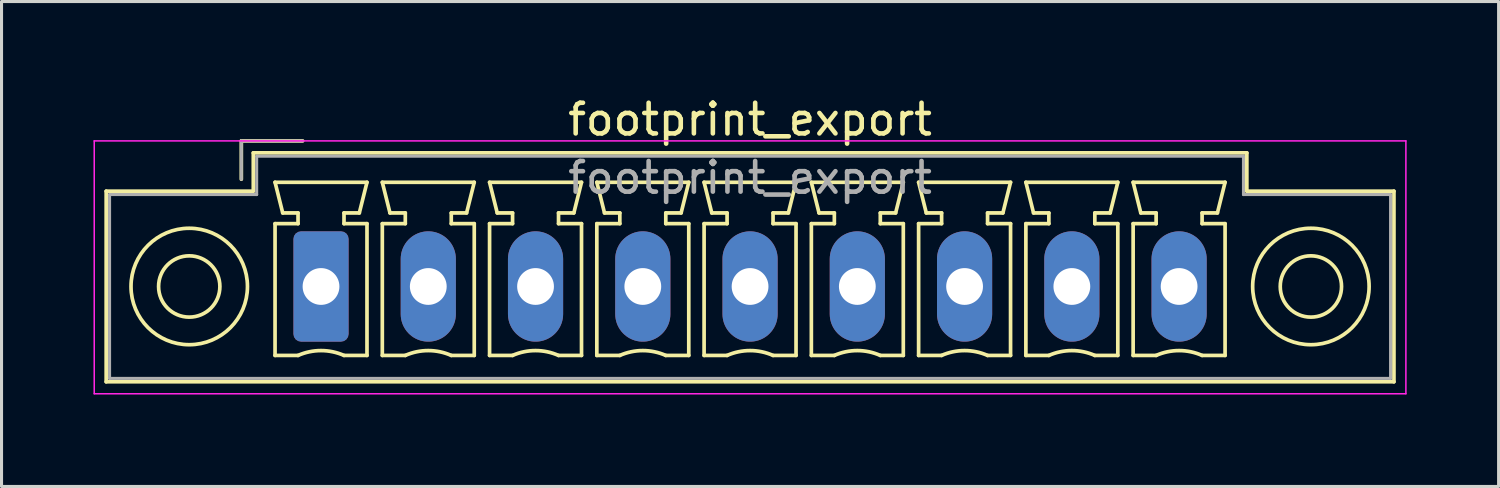
<source format=kicad_pcb>
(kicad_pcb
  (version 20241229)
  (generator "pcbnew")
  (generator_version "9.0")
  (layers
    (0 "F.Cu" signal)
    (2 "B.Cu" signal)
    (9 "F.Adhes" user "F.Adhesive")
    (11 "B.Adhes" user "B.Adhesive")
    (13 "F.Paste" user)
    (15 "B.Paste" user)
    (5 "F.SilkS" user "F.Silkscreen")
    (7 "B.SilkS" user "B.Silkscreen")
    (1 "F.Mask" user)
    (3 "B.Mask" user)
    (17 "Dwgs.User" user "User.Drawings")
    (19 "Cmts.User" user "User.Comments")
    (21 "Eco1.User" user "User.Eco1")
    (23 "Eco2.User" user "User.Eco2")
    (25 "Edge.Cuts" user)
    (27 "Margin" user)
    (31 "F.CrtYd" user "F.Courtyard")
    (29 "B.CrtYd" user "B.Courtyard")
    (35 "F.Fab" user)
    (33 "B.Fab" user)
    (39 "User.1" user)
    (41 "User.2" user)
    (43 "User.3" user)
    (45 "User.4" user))
  (footprint "footprint_export"
    (layer "F.Cu")
    (at 7.425 6.298)
    (property "Reference" "footprint_export" (at 14 -5.45 0) (layer "F.SilkS") (effects (font (size 1 1) (thickness 0.15))))
    (attr through_hole)
    (fp_line (start -7.01 -3.11) (end -7.01 3.11) (stroke (width 0.12) (type solid)) (layer "F.SilkS"))
    (fp_line (start -7.01 3.11) (end 35.01 3.11) (stroke (width 0.12) (type solid)) (layer "F.SilkS"))
    (fp_line (start -2.6 -4.75) (end -0.6 -4.75) (stroke (width 0.12) (type solid)) (layer "F.SilkS"))
    (fp_line (start -2.6 -3.5) (end -2.6 -4.75) (stroke (width 0.12) (type solid)) (layer "F.SilkS"))
    (fp_line (start -2.21 -4.36) (end -2.21 -3.11) (stroke (width 0.12) (type solid)) (layer "F.SilkS"))
    (fp_line (start -2.21 -3.11) (end -7.01 -3.11) (stroke (width 0.12) (type solid)) (layer "F.SilkS"))
    (fp_line (start -1.5 -3.4) (end 1.5 -3.4) (stroke (width 0.12) (type solid)) (layer "F.SilkS"))
    (fp_line (start -1.5 -2.05) (end -0.75 -2.05) (stroke (width 0.12) (type solid)) (layer "F.SilkS"))
    (fp_line (start -1.5 2.25) (end -1.5 -2.05) (stroke (width 0.12) (type solid)) (layer "F.SilkS"))
    (fp_line (start -1.25 -2.4) (end -1.5 -3.4) (stroke (width 0.12) (type solid)) (layer "F.SilkS"))
    (fp_line (start -0.75 -2.4) (end -1.25 -2.4) (stroke (width 0.12) (type solid)) (layer "F.SilkS"))
    (fp_line (start -0.75 -2.05) (end -0.75 -2.4) (stroke (width 0.12) (type solid)) (layer "F.SilkS"))
    (fp_line (start -0.75 2.25) (end -1.5 2.25) (stroke (width 0.12) (type solid)) (layer "F.SilkS"))
    (fp_line (start 0.75 -2.4) (end 0.75 -2.05) (stroke (width 0.12) (type solid)) (layer "F.SilkS"))
    (fp_line (start 0.75 -2.05) (end 1.5 -2.05) (stroke (width 0.12) (type solid)) (layer "F.SilkS"))
    (fp_line (start 1.25 -2.4) (end 0.75 -2.4) (stroke (width 0.12) (type solid)) (layer "F.SilkS"))
    (fp_line (start 1.5 -3.4) (end 1.25 -2.4) (stroke (width 0.12) (type solid)) (layer "F.SilkS"))
    (fp_line (start 1.5 -2.05) (end 1.5 2.25) (stroke (width 0.12) (type solid)) (layer "F.SilkS"))
    (fp_line (start 1.5 2.25) (end 0.75 2.25) (stroke (width 0.12) (type solid)) (layer "F.SilkS"))
    (fp_line (start 2 -3.4) (end 5 -3.4) (stroke (width 0.12) (type solid)) (layer "F.SilkS"))
    (fp_line (start 2 -2.05) (end 2.75 -2.05) (stroke (width 0.12) (type solid)) (layer "F.SilkS"))
    (fp_line (start 2 2.25) (end 2 -2.05) (stroke (width 0.12) (type solid)) (layer "F.SilkS"))
    (fp_line (start 2.25 -2.4) (end 2 -3.4) (stroke (width 0.12) (type solid)) (layer "F.SilkS"))
    (fp_line (start 2.75 -2.4) (end 2.25 -2.4) (stroke (width 0.12) (type solid)) (layer "F.SilkS"))
    (fp_line (start 2.75 -2.05) (end 2.75 -2.4) (stroke (width 0.12) (type solid)) (layer "F.SilkS"))
    (fp_line (start 2.75 2.25) (end 2 2.25) (stroke (width 0.12) (type solid)) (layer "F.SilkS"))
    (fp_line (start 4.25 -2.4) (end 4.25 -2.05) (stroke (width 0.12) (type solid)) (layer "F.SilkS"))
    (fp_line (start 4.25 -2.05) (end 5 -2.05) (stroke (width 0.12) (type solid)) (layer "F.SilkS"))
    (fp_line (start 4.75 -2.4) (end 4.25 -2.4) (stroke (width 0.12) (type solid)) (layer "F.SilkS"))
    (fp_line (start 5 -3.4) (end 4.75 -2.4) (stroke (width 0.12) (type solid)) (layer "F.SilkS"))
    (fp_line (start 5 -2.05) (end 5 2.25) (stroke (width 0.12) (type solid)) (layer "F.SilkS"))
    (fp_line (start 5 2.25) (end 4.25 2.25) (stroke (width 0.12) (type solid)) (layer "F.SilkS"))
    (fp_line (start 5.5 -3.4) (end 8.5 -3.4) (stroke (width 0.12) (type solid)) (layer "F.SilkS"))
    (fp_line (start 5.5 -2.05) (end 6.25 -2.05) (stroke (width 0.12) (type solid)) (layer "F.SilkS"))
    (fp_line (start 5.5 2.25) (end 5.5 -2.05) (stroke (width 0.12) (type solid)) (layer "F.SilkS"))
    (fp_line (start 5.75 -2.4) (end 5.5 -3.4) (stroke (width 0.12) (type solid)) (layer "F.SilkS"))
    (fp_line (start 6.25 -2.4) (end 5.75 -2.4) (stroke (width 0.12) (type solid)) (layer "F.SilkS"))
    (fp_line (start 6.25 -2.05) (end 6.25 -2.4) (stroke (width 0.12) (type solid)) (layer "F.SilkS"))
    (fp_line (start 6.25 2.25) (end 5.5 2.25) (stroke (width 0.12) (type solid)) (layer "F.SilkS"))
    (fp_line (start 7.75 -2.4) (end 7.75 -2.05) (stroke (width 0.12) (type solid)) (layer "F.SilkS"))
    (fp_line (start 7.75 -2.05) (end 8.5 -2.05) (stroke (width 0.12) (type solid)) (layer "F.SilkS"))
    (fp_line (start 8.25 -2.4) (end 7.75 -2.4) (stroke (width 0.12) (type solid)) (layer "F.SilkS"))
    (fp_line (start 8.5 -3.4) (end 8.25 -2.4) (stroke (width 0.12) (type solid)) (layer "F.SilkS"))
    (fp_line (start 8.5 -2.05) (end 8.5 2.25) (stroke (width 0.12) (type solid)) (layer "F.SilkS"))
    (fp_line (start 8.5 2.25) (end 7.75 2.25) (stroke (width 0.12) (type solid)) (layer "F.SilkS"))
    (fp_line (start 9 -3.4) (end 12 -3.4) (stroke (width 0.12) (type solid)) (layer "F.SilkS"))
    (fp_line (start 9 -2.05) (end 9.75 -2.05) (stroke (width 0.12) (type solid)) (layer "F.SilkS"))
    (fp_line (start 9 2.25) (end 9 -2.05) (stroke (width 0.12) (type solid)) (layer "F.SilkS"))
    (fp_line (start 9.25 -2.4) (end 9 -3.4) (stroke (width 0.12) (type solid)) (layer "F.SilkS"))
    (fp_line (start 9.75 -2.4) (end 9.25 -2.4) (stroke (width 0.12) (type solid)) (layer "F.SilkS"))
    (fp_line (start 9.75 -2.05) (end 9.75 -2.4) (stroke (width 0.12) (type solid)) (layer "F.SilkS"))
    (fp_line (start 9.75 2.25) (end 9 2.25) (stroke (width 0.12) (type solid)) (layer "F.SilkS"))
    (fp_line (start 11.25 -2.4) (end 11.25 -2.05) (stroke (width 0.12) (type solid)) (layer "F.SilkS"))
    (fp_line (start 11.25 -2.05) (end 12 -2.05) (stroke (width 0.12) (type solid)) (layer "F.SilkS"))
    (fp_line (start 11.75 -2.4) (end 11.25 -2.4) (stroke (width 0.12) (type solid)) (layer "F.SilkS"))
    (fp_line (start 12 -3.4) (end 11.75 -2.4) (stroke (width 0.12) (type solid)) (layer "F.SilkS"))
    (fp_line (start 12 -2.05) (end 12 2.25) (stroke (width 0.12) (type solid)) (layer "F.SilkS"))
    (fp_line (start 12 2.25) (end 11.25 2.25) (stroke (width 0.12) (type solid)) (layer "F.SilkS"))
    (fp_line (start 12.5 -3.4) (end 15.5 -3.4) (stroke (width 0.12) (type solid)) (layer "F.SilkS"))
    (fp_line (start 12.5 -2.05) (end 13.25 -2.05) (stroke (width 0.12) (type solid)) (layer "F.SilkS"))
    (fp_line (start 12.5 2.25) (end 12.5 -2.05) (stroke (width 0.12) (type solid)) (layer "F.SilkS"))
    (fp_line (start 12.75 -2.4) (end 12.5 -3.4) (stroke (width 0.12) (type solid)) (layer "F.SilkS"))
    (fp_line (start 13.25 -2.4) (end 12.75 -2.4) (stroke (width 0.12) (type solid)) (layer "F.SilkS"))
    (fp_line (start 13.25 -2.05) (end 13.25 -2.4) (stroke (width 0.12) (type solid)) (layer "F.SilkS"))
    (fp_line (start 13.25 2.25) (end 12.5 2.25) (stroke (width 0.12) (type solid)) (layer "F.SilkS"))
    (fp_line (start 14.75 -2.4) (end 14.75 -2.05) (stroke (width 0.12) (type solid)) (layer "F.SilkS"))
    (fp_line (start 14.75 -2.05) (end 15.5 -2.05) (stroke (width 0.12) (type solid)) (layer "F.SilkS"))
    (fp_line (start 15.25 -2.4) (end 14.75 -2.4) (stroke (width 0.12) (type solid)) (layer "F.SilkS"))
    (fp_line (start 15.5 -3.4) (end 15.25 -2.4) (stroke (width 0.12) (type solid)) (layer "F.SilkS"))
    (fp_line (start 15.5 -2.05) (end 15.5 2.25) (stroke (width 0.12) (type solid)) (layer "F.SilkS"))
    (fp_line (start 15.5 2.25) (end 14.75 2.25) (stroke (width 0.12) (type solid)) (layer "F.SilkS"))
    (fp_line (start 16 -3.4) (end 19 -3.4) (stroke (width 0.12) (type solid)) (layer "F.SilkS"))
    (fp_line (start 16 -2.05) (end 16.75 -2.05) (stroke (width 0.12) (type solid)) (layer "F.SilkS"))
    (fp_line (start 16 2.25) (end 16 -2.05) (stroke (width 0.12) (type solid)) (layer "F.SilkS"))
    (fp_line (start 16.25 -2.4) (end 16 -3.4) (stroke (width 0.12) (type solid)) (layer "F.SilkS"))
    (fp_line (start 16.75 -2.4) (end 16.25 -2.4) (stroke (width 0.12) (type solid)) (layer "F.SilkS"))
    (fp_line (start 16.75 -2.05) (end 16.75 -2.4) (stroke (width 0.12) (type solid)) (layer "F.SilkS"))
    (fp_line (start 16.75 2.25) (end 16 2.25) (stroke (width 0.12) (type solid)) (layer "F.SilkS"))
    (fp_line (start 18.25 -2.4) (end 18.25 -2.05) (stroke (width 0.12) (type solid)) (layer "F.SilkS"))
    (fp_line (start 18.25 -2.05) (end 19 -2.05) (stroke (width 0.12) (type solid)) (layer "F.SilkS"))
    (fp_line (start 18.75 -2.4) (end 18.25 -2.4) (stroke (width 0.12) (type solid)) (layer "F.SilkS"))
    (fp_line (start 19 -3.4) (end 18.75 -2.4) (stroke (width 0.12) (type solid)) (layer "F.SilkS"))
    (fp_line (start 19 -2.05) (end 19 2.25) (stroke (width 0.12) (type solid)) (layer "F.SilkS"))
    (fp_line (start 19 2.25) (end 18.25 2.25) (stroke (width 0.12) (type solid)) (layer "F.SilkS"))
    (fp_line (start 19.5 -3.4) (end 22.5 -3.4) (stroke (width 0.12) (type solid)) (layer "F.SilkS"))
    (fp_line (start 19.5 -2.05) (end 20.25 -2.05) (stroke (width 0.12) (type solid)) (layer "F.SilkS"))
    (fp_line (start 19.5 2.25) (end 19.5 -2.05) (stroke (width 0.12) (type solid)) (layer "F.SilkS"))
    (fp_line (start 19.75 -2.4) (end 19.5 -3.4) (stroke (width 0.12) (type solid)) (layer "F.SilkS"))
    (fp_line (start 20.25 -2.4) (end 19.75 -2.4) (stroke (width 0.12) (type solid)) (layer "F.SilkS"))
    (fp_line (start 20.25 -2.05) (end 20.25 -2.4) (stroke (width 0.12) (type solid)) (layer "F.SilkS"))
    (fp_line (start 20.25 2.25) (end 19.5 2.25) (stroke (width 0.12) (type solid)) (layer "F.SilkS"))
    (fp_line (start 21.75 -2.4) (end 21.75 -2.05) (stroke (width 0.12) (type solid)) (layer "F.SilkS"))
    (fp_line (start 21.75 -2.05) (end 22.5 -2.05) (stroke (width 0.12) (type solid)) (layer "F.SilkS"))
    (fp_line (start 22.25 -2.4) (end 21.75 -2.4) (stroke (width 0.12) (type solid)) (layer "F.SilkS"))
    (fp_line (start 22.5 -3.4) (end 22.25 -2.4) (stroke (width 0.12) (type solid)) (layer "F.SilkS"))
    (fp_line (start 22.5 -2.05) (end 22.5 2.25) (stroke (width 0.12) (type solid)) (layer "F.SilkS"))
    (fp_line (start 22.5 2.25) (end 21.75 2.25) (stroke (width 0.12) (type solid)) (layer "F.SilkS"))
    (fp_line (start 23 -3.4) (end 26 -3.4) (stroke (width 0.12) (type solid)) (layer "F.SilkS"))
    (fp_line (start 23 -2.05) (end 23.75 -2.05) (stroke (width 0.12) (type solid)) (layer "F.SilkS"))
    (fp_line (start 23 2.25) (end 23 -2.05) (stroke (width 0.12) (type solid)) (layer "F.SilkS"))
    (fp_line (start 23.25 -2.4) (end 23 -3.4) (stroke (width 0.12) (type solid)) (layer "F.SilkS"))
    (fp_line (start 23.75 -2.4) (end 23.25 -2.4) (stroke (width 0.12) (type solid)) (layer "F.SilkS"))
    (fp_line (start 23.75 -2.05) (end 23.75 -2.4) (stroke (width 0.12) (type solid)) (layer "F.SilkS"))
    (fp_line (start 23.75 2.25) (end 23 2.25) (stroke (width 0.12) (type solid)) (layer "F.SilkS"))
    (fp_line (start 25.25 -2.4) (end 25.25 -2.05) (stroke (width 0.12) (type solid)) (layer "F.SilkS"))
    (fp_line (start 25.25 -2.05) (end 26 -2.05) (stroke (width 0.12) (type solid)) (layer "F.SilkS"))
    (fp_line (start 25.75 -2.4) (end 25.25 -2.4) (stroke (width 0.12) (type solid)) (layer "F.SilkS"))
    (fp_line (start 26 -3.4) (end 25.75 -2.4) (stroke (width 0.12) (type solid)) (layer "F.SilkS"))
    (fp_line (start 26 -2.05) (end 26 2.25) (stroke (width 0.12) (type solid)) (layer "F.SilkS"))
    (fp_line (start 26 2.25) (end 25.25 2.25) (stroke (width 0.12) (type solid)) (layer "F.SilkS"))
    (fp_line (start 26.5 -3.4) (end 29.5 -3.4) (stroke (width 0.12) (type solid)) (layer "F.SilkS"))
    (fp_line (start 26.5 -2.05) (end 27.25 -2.05) (stroke (width 0.12) (type solid)) (layer "F.SilkS"))
    (fp_line (start 26.5 2.25) (end 26.5 -2.05) (stroke (width 0.12) (type solid)) (layer "F.SilkS"))
    (fp_line (start 26.75 -2.4) (end 26.5 -3.4) (stroke (width 0.12) (type solid)) (layer "F.SilkS"))
    (fp_line (start 27.25 -2.4) (end 26.75 -2.4) (stroke (width 0.12) (type solid)) (layer "F.SilkS"))
    (fp_line (start 27.25 -2.05) (end 27.25 -2.4) (stroke (width 0.12) (type solid)) (layer "F.SilkS"))
    (fp_line (start 27.25 2.25) (end 26.5 2.25) (stroke (width 0.12) (type solid)) (layer "F.SilkS"))
    (fp_line (start 28.75 -2.4) (end 28.75 -2.05) (stroke (width 0.12) (type solid)) (layer "F.SilkS"))
    (fp_line (start 28.75 -2.05) (end 29.5 -2.05) (stroke (width 0.12) (type solid)) (layer "F.SilkS"))
    (fp_line (start 29.25 -2.4) (end 28.75 -2.4) (stroke (width 0.12) (type solid)) (layer "F.SilkS"))
    (fp_line (start 29.5 -3.4) (end 29.25 -2.4) (stroke (width 0.12) (type solid)) (layer "F.SilkS"))
    (fp_line (start 29.5 -2.05) (end 29.5 2.25) (stroke (width 0.12) (type solid)) (layer "F.SilkS"))
    (fp_line (start 29.5 2.25) (end 28.75 2.25) (stroke (width 0.12) (type solid)) (layer "F.SilkS"))
    (fp_line (start 30.21 -4.36) (end -2.21 -4.36) (stroke (width 0.12) (type solid)) (layer "F.SilkS"))
    (fp_line (start 30.21 -3.11) (end 30.21 -4.36) (stroke (width 0.12) (type solid)) (layer "F.SilkS"))
    (fp_line (start 35.01 -3.11) (end 30.21 -3.11) (stroke (width 0.12) (type solid)) (layer "F.SilkS"))
    (fp_line (start 35.01 3.11) (end 35.01 -3.11) (stroke (width 0.12) (type solid)) (layer "F.SilkS"))
    (fp_arc (start -0.75 2.25) (mid -0.000193 2.09191) (end 0.749647 2.249844) (stroke (width 0.12) (type solid)) (layer "F.SilkS"))
    (fp_arc (start 2.75 2.25) (mid 3.499807 2.09191) (end 4.249647 2.249844) (stroke (width 0.12) (type solid)) (layer "F.SilkS"))
    (fp_arc (start 6.25 2.25) (mid 6.999807 2.09191) (end 7.749647 2.249844) (stroke (width 0.12) (type solid)) (layer "F.SilkS"))
    (fp_arc (start 9.75 2.25) (mid 10.499807 2.09191) (end 11.249647 2.249844) (stroke (width 0.12) (type solid)) (layer "F.SilkS"))
    (fp_arc (start 13.25 2.25) (mid 13.999807 2.09191) (end 14.749647 2.249844) (stroke (width 0.12) (type solid)) (layer "F.SilkS"))
    (fp_arc (start 16.75 2.25) (mid 17.499807 2.09191) (end 18.249647 2.249844) (stroke (width 0.12) (type solid)) (layer "F.SilkS"))
    (fp_arc (start 20.25 2.25) (mid 20.999807 2.09191) (end 21.749647 2.249844) (stroke (width 0.12) (type solid)) (layer "F.SilkS"))
    (fp_arc (start 23.75 2.25) (mid 24.499807 2.09191) (end 25.249647 2.249844) (stroke (width 0.12) (type solid)) (layer "F.SilkS"))
    (fp_arc (start 27.25 2.25) (mid 27.999807 2.09191) (end 28.749647 2.249844) (stroke (width 0.12) (type solid)) (layer "F.SilkS"))
    (fp_circle (center -4.3 0) (end -3.3 0) (stroke (width 0.12) (type solid)) (fill no) (layer "F.SilkS"))
    (fp_circle (center -4.3 0) (end -2.4 0) (stroke (width 0.12) (type solid)) (fill no) (layer "F.SilkS"))
    (fp_circle (center 32.3 0) (end 33.3 0) (stroke (width 0.12) (type solid)) (fill no) (layer "F.SilkS"))
    (fp_circle (center 32.3 0) (end 34.2 0) (stroke (width 0.12) (type solid)) (fill no) (layer "F.SilkS"))
    (fp_line (start -7.4 -4.75) (end -7.4 3.5) (stroke (width 0.05) (type solid)) (layer "F.CrtYd"))
    (fp_line (start -7.4 3.5) (end 35.4 3.5) (stroke (width 0.05) (type solid)) (layer "F.CrtYd"))
    (fp_line (start 35.4 -4.75) (end -7.4 -4.75) (stroke (width 0.05) (type solid)) (layer "F.CrtYd"))
    (fp_line (start 35.4 3.5) (end 35.4 -4.75) (stroke (width 0.05) (type solid)) (layer "F.CrtYd"))
    (fp_line (start -6.9 -3) (end -6.9 3) (stroke (width 0.1) (type solid)) (layer "F.Fab"))
    (fp_line (start -6.9 3) (end 34.9 3) (stroke (width 0.1) (type solid)) (layer "F.Fab"))
    (fp_line (start -2.6 -4.75) (end -0.6 -4.75) (stroke (width 0.1) (type solid)) (layer "F.Fab"))
    (fp_line (start -2.6 -3.5) (end -2.6 -4.75) (stroke (width 0.1) (type solid)) (layer "F.Fab"))
    (fp_line (start -2.1 -4.25) (end -2.1 -3) (stroke (width 0.1) (type solid)) (layer "F.Fab"))
    (fp_line (start -2.1 -3) (end -6.9 -3) (stroke (width 0.1) (type solid)) (layer "F.Fab"))
    (fp_line (start 30.1 -4.25) (end -2.1 -4.25) (stroke (width 0.1) (type solid)) (layer "F.Fab"))
    (fp_line (start 30.1 -3) (end 30.1 -4.25) (stroke (width 0.1) (type solid)) (layer "F.Fab"))
    (fp_line (start 34.9 -3) (end 30.1 -3) (stroke (width 0.1) (type solid)) (layer "F.Fab"))
    (fp_line (start 34.9 3) (end 34.9 -3) (stroke (width 0.1) (type solid)) (layer "F.Fab"))
    (fp_text user "${REFERENCE}" (at 14 -3.55 0) (layer "F.Fab") (effects (font (size 1 1) (thickness 0.15))))
    (pad "1" thru_hole roundrect (at 0 0) (size 1.8 3.6) (drill 1.2) (layers "*.Cu" "*.Mask") (roundrect_rratio 0.139))
    (pad "2" thru_hole oval (at 3.5 0) (size 1.8 3.6) (drill 1.2) (layers "*.Cu" "*.Mask"))
    (pad "3" thru_hole oval (at 7 0) (size 1.8 3.6) (drill 1.2) (layers "*.Cu" "*.Mask"))
    (pad "4" thru_hole oval (at 10.5 0) (size 1.8 3.6) (drill 1.2) (layers "*.Cu" "*.Mask"))
    (pad "5" thru_hole oval (at 14 0) (size 1.8 3.6) (drill 1.2) (layers "*.Cu" "*.Mask"))
    (pad "6" thru_hole oval (at 17.5 0) (size 1.8 3.6) (drill 1.2) (layers "*.Cu" "*.Mask"))
    (pad "7" thru_hole oval (at 21 0) (size 1.8 3.6) (drill 1.2) (layers "*.Cu" "*.Mask"))
    (pad "8" thru_hole oval (at 24.5 0) (size 1.8 3.6) (drill 1.2) (layers "*.Cu" "*.Mask"))
    (pad "9" thru_hole oval (at 28 0) (size 1.8 3.6) (drill 1.2) (layers "*.Cu" "*.Mask")))
  (gr_rect
    (start -3 -3)
    (end 45.85 12.823)
    (stroke (width 0.1) (type default))
    (fill no)
    (layer "Edge.Cuts")))
</source>
